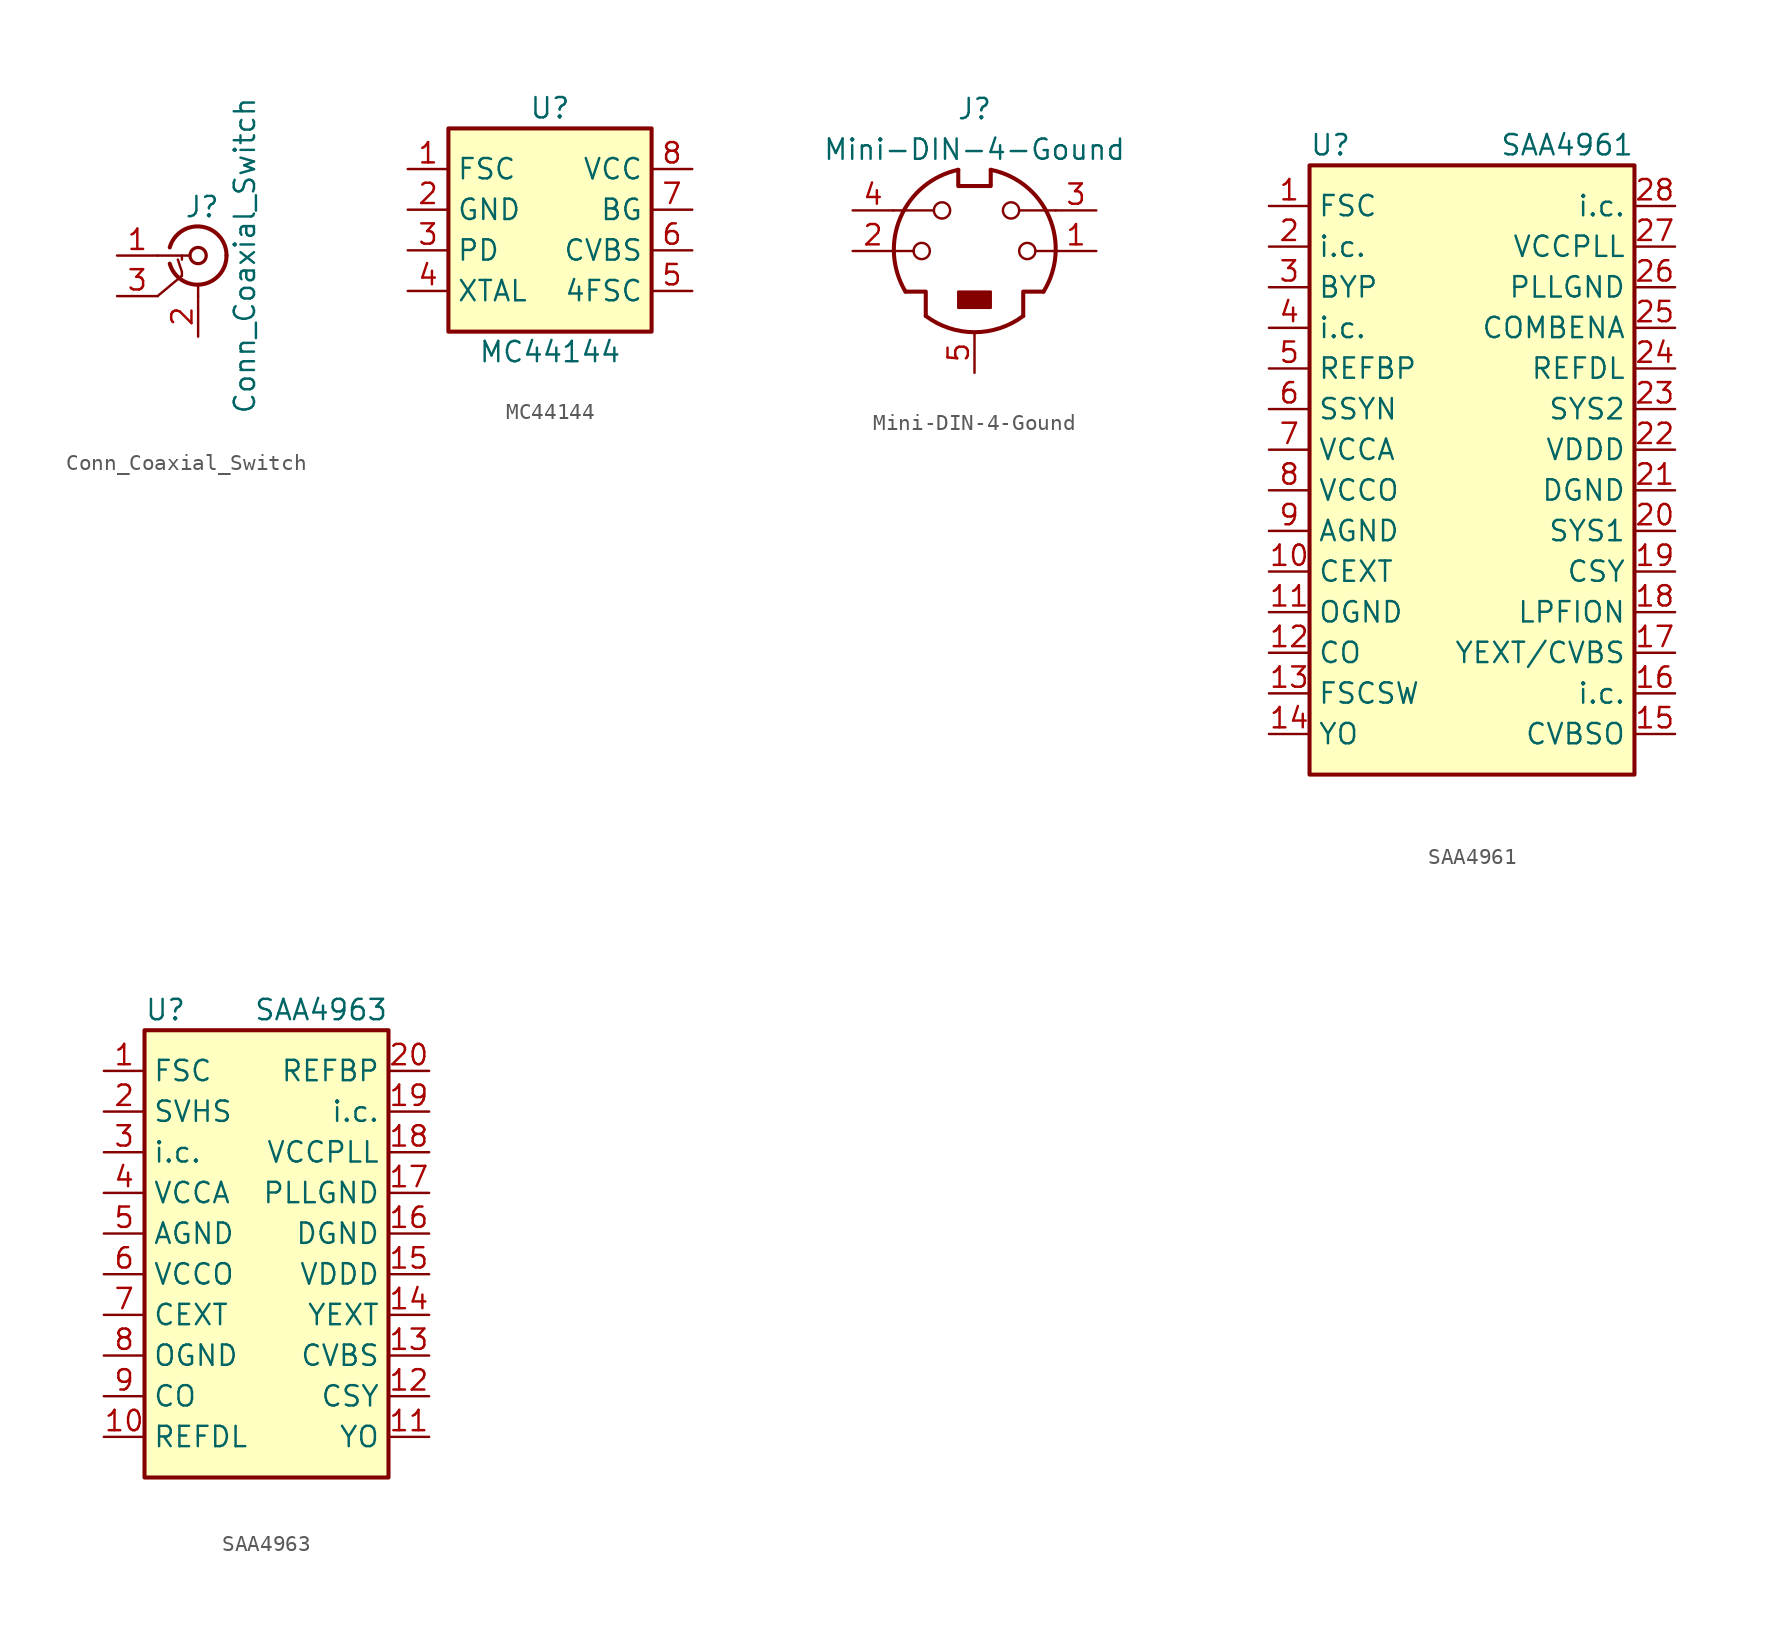
<source format=kicad_sym>
(kicad_symbol_lib
  (version 20220914)
  (generator kicad_symbol_editor)
  (symbol "Conn_Coaxial_Switch"
    (pin_names
      (offset 1.016) hide)
    (property "Reference" "J"
      (at 0.254 3.048 0)
      (effects (font (size 1.27 1.27))))
    (property "Value" "Conn_Coaxial_Switch"
      (at 2.921 0 90)
      (effects (font (size 1.27 1.27))))
    (symbol "Conn_Coaxial_Switch_0_1"
      (arc (start -1.778 -0.508) (mid 0.2311 -1.8066) (end 1.778 0) (stroke (width 0.254) (type default)) (fill (type none)))
      (polyline (pts (xy -2.54 -2.54) (xy -1.016 -1.27)) (stroke (width 0) (type default)) (fill (type none)))
      (polyline (pts (xy -2.54 0) (xy -0.508 0)) (stroke (width 0) (type default)) (fill (type none)))
      (polyline (pts (xy -1.016 0) (xy -1.016 -0.254)) (stroke (width 0) (type default)) (fill (type none)))
      (polyline (pts (xy 0 -2.54) (xy 0 -1.778)) (stroke (width 0) (type default)) (fill (type none)))
      (polyline (pts (xy -1.016 -1.27) (xy -1.016 -1.016) (xy -1.27 -0.254)) (stroke (width 0) (type default)) (fill (type none)))
      (circle (center 0 0) (radius 0.508) (stroke (width 0.203) (type default)) (fill (type none)))
      (arc (start 1.778 0) (mid 0.2099 1.8101) (end -1.778 0.508) (stroke (width 0.254) (type default)) (fill (type none))))
    (symbol "Conn_Coaxial_Switch_1_1"
      (pin passive line (at -5.08 0 0) (length 2.54) (name "In" (effects (font (size 1.27 1.27)))) (number "1" (effects (font (size 1.27 1.27)))))
      (pin passive line (at 0 -5.08 90) (length 2.54) (name "Ext" (effects (font (size 1.27 1.27)))) (number "2" (effects (font (size 1.27 1.27)))))
      (pin passive line (at -5.08 -2.54 0) (length 2.54) (name "Sw" (effects (font (size 1.27 1.27)))) (number "3" (effects (font (size 1.27 1.27)))))))
  (symbol "MC44144"
    (property "Reference" "U"
      (at 1.27 8.89 0)
      (do_not_autoplace)
      (effects (font (size 1.27 1.27))))
    (property "Value" "MC44144"
      (at 1.27 -6.35 0)
      (do_not_autoplace)
      (effects (font (size 1.27 1.27))))
    (symbol "MC44144_1_1"
      (rectangle (start -5.08 7.62) (end 7.62 -5.08) (stroke (width 0.254) (type default)) (fill (type background)))
      (pin output line (at -7.62 5.08 0) (length 2.54) (name "FSC" (effects (font (size 1.27 1.27)))) (number "1" (effects (font (size 1.27 1.27)))))
      (pin power_in line (at -7.62 2.54 0) (length 2.54) (name "GND" (effects (font (size 1.27 1.27)))) (number "2" (effects (font (size 1.27 1.27)))))
      (pin output line (at -7.62 0 0) (length 2.54) (name "PD" (effects (font (size 1.27 1.27)))) (number "3" (effects (font (size 1.27 1.27)))))
      (pin passive line (at -7.62 -2.54 0) (length 2.54) (name "XTAL" (effects (font (size 1.27 1.27)))) (number "4" (effects (font (size 1.27 1.27)))))
      (pin output line (at 10.16 -2.54 180) (length 2.54) (name "4FSC" (effects (font (size 1.27 1.27)))) (number "5" (effects (font (size 1.27 1.27)))))
      (pin input line (at 10.16 0 180) (length 2.54) (name "CVBS" (effects (font (size 1.27 1.27)))) (number "6" (effects (font (size 1.27 1.27)))))
      (pin input line (at 10.16 2.54 180) (length 2.54) (name "BG" (effects (font (size 1.27 1.27)))) (number "7" (effects (font (size 1.27 1.27)))))
      (pin power_in line (at 10.16 5.08 180) (length 2.54) (name "VCC" (effects (font (size 1.27 1.27)))) (number "8" (effects (font (size 1.27 1.27)))))))
  (symbol "Mini-DIN-4-Gound"
    (pin_names
      (offset 1.016))
    (property "Reference" "J"
      (at 0 8.89 0)
      (effects (font (size 1.27 1.27))))
    (property "Value" "Mini-DIN-4-Gound"
      (at 0 6.35 0)
      (effects (font (size 1.27 1.27))))
    (symbol "Mini-DIN-4-Gound_0_1"
      (circle (center -3.302 0) (radius 0.508) (stroke (width 0) (type default)) (fill (type none)))
      (arc (start -3.048 -4.064) (mid 0 -5.08) (end 3.048 -4.064) (stroke (width 0.254) (type default)) (fill (type none)))
      (circle (center -2.032 2.54) (radius 0.508) (stroke (width 0) (type default)) (fill (type none)))
      (rectangle (start -1.016 -2.54) (end 1.016 -3.556) (stroke (width 0) (type default)) (fill (type outline)))
      (arc (start -1.016 5.08) (mid -4.6228 2.1214) (end -4.318 -2.54) (stroke (width 0.254) (type default)) (fill (type none)))
      (polyline (pts (xy -3.81 0) (xy -5.08 0)) (stroke (width 0) (type default)) (fill (type none)))
      (polyline (pts (xy -2.54 2.54) (xy -5.08 2.54)) (stroke (width 0) (type default)) (fill (type none)))
      (polyline (pts (xy 2.794 2.54) (xy 5.08 2.54)) (stroke (width 0) (type default)) (fill (type none)))
      (polyline (pts (xy 5.08 0) (xy 3.81 0)) (stroke (width 0) (type default)) (fill (type none)))
      (polyline (pts (xy -4.318 -2.54) (xy -3.048 -2.54) (xy -3.048 -4.064)) (stroke (width 0.254) (type default)) (fill (type none)))
      (polyline (pts (xy 4.318 -2.54) (xy 3.048 -2.54) (xy 3.048 -4.064)) (stroke (width 0.254) (type default)) (fill (type none)))
      (polyline (pts (xy -1.016 5.08) (xy -1.016 4.064) (xy 1.016 4.064) (xy 1.016 5.08)) (stroke (width 0.254) (type default)) (fill (type none)))
      (circle (center 2.286 2.54) (radius 0.508) (stroke (width 0) (type default)) (fill (type none)))
      (circle (center 3.302 0) (radius 0.508) (stroke (width 0) (type default)) (fill (type none)))
      (arc (start 4.318 -2.54) (mid 4.6661 2.1322) (end 1.016 5.08) (stroke (width 0.254) (type default)) (fill (type none))))
    (symbol "Mini-DIN-4-Gound_1_1"
      (pin passive line (at 7.62 0 180) (length 2.54) (name "~" (effects (font (size 1.27 1.27)))) (number "1" (effects (font (size 1.27 1.27)))))
      (pin passive line (at -7.62 0 0) (length 2.54) (name "~" (effects (font (size 1.27 1.27)))) (number "2" (effects (font (size 1.27 1.27)))))
      (pin passive line (at 7.62 2.54 180) (length 2.54) (name "~" (effects (font (size 1.27 1.27)))) (number "3" (effects (font (size 1.27 1.27)))))
      (pin passive line (at -7.62 2.54 0) (length 2.54) (name "~" (effects (font (size 1.27 1.27)))) (number "4" (effects (font (size 1.27 1.27)))))
      (pin passive line (at 0 -7.62 90) (length 2.54) (name "~" (effects (font (size 1.27 1.27)))) (number "5" (effects (font (size 1.27 1.27)))))))
  (symbol "SAA4961"
    (property "Reference" "U"
      (at -10.16 21.59 0)
      (do_not_autoplace)
      (effects (font (size 1.27 1.27)) (justify left)))
    (property "Value" "SAA4961"
      (at 10.16 21.59 0)
      (do_not_autoplace)
      (effects (font (size 1.27 1.27)) (justify right)))
    (symbol "SAA4961_1_1"
      (rectangle (start -10.16 20.32) (end 10.16 -17.78) (stroke (width 0.254) (type default)) (fill (type background)))
      (pin input line (at -12.7 17.78 0) (length 2.54) (name "FSC" (effects (font (size 1.27 1.27)))) (number "1" (effects (font (size 1.27 1.27)))))
      (pin input line (at -12.7 -5.08 0) (length 2.54) (name "CEXT" (effects (font (size 1.27 1.27)))) (number "10" (effects (font (size 1.27 1.27)))))
      (pin power_in line (at -12.7 -7.62 0) (length 2.54) (name "OGND" (effects (font (size 1.27 1.27)))) (number "11" (effects (font (size 1.27 1.27)))))
      (pin output line (at -12.7 -10.16 0) (length 2.54) (name "CO" (effects (font (size 1.27 1.27)))) (number "12" (effects (font (size 1.27 1.27)))))
      (pin input line (at -12.7 -12.7 0) (length 2.54) (name "FSCSW" (effects (font (size 1.27 1.27)))) (number "13" (effects (font (size 1.27 1.27)))))
      (pin output line (at -12.7 -15.24 0) (length 2.54) (name "YO" (effects (font (size 1.27 1.27)))) (number "14" (effects (font (size 1.27 1.27)))))
      (pin output line (at 12.7 -15.24 180) (length 2.54) (name "CVBSO" (effects (font (size 1.27 1.27)))) (number "15" (effects (font (size 1.27 1.27)))))
      (pin passive line (at 12.7 -12.7 180) (length 2.54) (name "i.c." (effects (font (size 1.27 1.27)))) (number "16" (effects (font (size 1.27 1.27)))))
      (pin input line (at 12.7 -10.16 180) (length 2.54) (name "YEXT/CVBS" (effects (font (size 1.27 1.27)))) (number "17" (effects (font (size 1.27 1.27)))))
      (pin input line (at 12.7 -7.62 180) (length 2.54) (name "LPFION" (effects (font (size 1.27 1.27)))) (number "18" (effects (font (size 1.27 1.27)))))
      (pin passive line (at 12.7 -5.08 180) (length 2.54) (name "CSY" (effects (font (size 1.27 1.27)))) (number "19" (effects (font (size 1.27 1.27)))))
      (pin passive line (at -12.7 15.24 0) (length 2.54) (name "i.c." (effects (font (size 1.27 1.27)))) (number "2" (effects (font (size 1.27 1.27)))))
      (pin input line (at 12.7 -2.54 180) (length 2.54) (name "SYS1" (effects (font (size 1.27 1.27)))) (number "20" (effects (font (size 1.27 1.27)))))
      (pin power_in line (at 12.7 0 180) (length 2.54) (name "DGND" (effects (font (size 1.27 1.27)))) (number "21" (effects (font (size 1.27 1.27)))))
      (pin power_in line (at 12.7 2.54 180) (length 2.54) (name "VDDD" (effects (font (size 1.27 1.27)))) (number "22" (effects (font (size 1.27 1.27)))))
      (pin input line (at 12.7 5.08 180) (length 2.54) (name "SYS2" (effects (font (size 1.27 1.27)))) (number "23" (effects (font (size 1.27 1.27)))))
      (pin passive line (at 12.7 7.62 180) (length 2.54) (name "REFDL" (effects (font (size 1.27 1.27)))) (number "24" (effects (font (size 1.27 1.27)))))
      (pin output line (at 12.7 10.16 180) (length 2.54) (name "COMBENA" (effects (font (size 1.27 1.27)))) (number "25" (effects (font (size 1.27 1.27)))))
      (pin power_in line (at 12.7 12.7 180) (length 2.54) (name "PLLGND" (effects (font (size 1.27 1.27)))) (number "26" (effects (font (size 1.27 1.27)))))
      (pin power_in line (at 12.7 15.24 180) (length 2.54) (name "VCCPLL" (effects (font (size 1.27 1.27)))) (number "27" (effects (font (size 1.27 1.27)))))
      (pin passive line (at 12.7 17.78 180) (length 2.54) (name "i.c." (effects (font (size 1.27 1.27)))) (number "28" (effects (font (size 1.27 1.27)))))
      (pin input line (at -12.7 12.7 0) (length 2.54) (name "BYP" (effects (font (size 1.27 1.27)))) (number "3" (effects (font (size 1.27 1.27)))))
      (pin passive line (at -12.7 10.16 0) (length 2.54) (name "i.c." (effects (font (size 1.27 1.27)))) (number "4" (effects (font (size 1.27 1.27)))))
      (pin passive line (at -12.7 7.62 0) (length 2.54) (name "REFBP" (effects (font (size 1.27 1.27)))) (number "5" (effects (font (size 1.27 1.27)))))
      (pin input line (at -12.7 5.08 0) (length 2.54) (name "SSYN" (effects (font (size 1.27 1.27)))) (number "6" (effects (font (size 1.27 1.27)))))
      (pin power_in line (at -12.7 2.54 0) (length 2.54) (name "VCCA" (effects (font (size 1.27 1.27)))) (number "7" (effects (font (size 1.27 1.27)))))
      (pin power_in line (at -12.7 0 0) (length 2.54) (name "VCCO" (effects (font (size 1.27 1.27)))) (number "8" (effects (font (size 1.27 1.27)))))
      (pin power_in line (at -12.7 -2.54 0) (length 2.54) (name "AGND" (effects (font (size 1.27 1.27)))) (number "9" (effects (font (size 1.27 1.27)))))))
  (symbol "SAA4963"
    (property "Reference" "U"
      (at -7.62 16.51 0)
      (do_not_autoplace)
      (effects (font (size 1.27 1.27)) (justify left)))
    (property "Value" "SAA4963"
      (at 7.62 16.51 0)
      (do_not_autoplace)
      (effects (font (size 1.27 1.27)) (justify right)))
    (symbol "SAA4963_1_1"
      (rectangle (start -7.62 15.24) (end 7.62 -12.7) (stroke (width 0.254) (type default)) (fill (type background)))
      (pin input line (at -10.16 12.7 0) (length 2.54) (name "FSC" (effects (font (size 1.27 1.27)))) (number "1" (effects (font (size 1.27 1.27)))))
      (pin passive line (at -10.16 -10.16 0) (length 2.54) (name "REFDL" (effects (font (size 1.27 1.27)))) (number "10" (effects (font (size 1.27 1.27)))))
      (pin output line (at 10.16 -10.16 180) (length 2.54) (name "YO" (effects (font (size 1.27 1.27)))) (number "11" (effects (font (size 1.27 1.27)))))
      (pin passive line (at 10.16 -7.62 180) (length 2.54) (name "CSY" (effects (font (size 1.27 1.27)))) (number "12" (effects (font (size 1.27 1.27)))))
      (pin input line (at 10.16 -5.08 180) (length 2.54) (name "CVBS" (effects (font (size 1.27 1.27)))) (number "13" (effects (font (size 1.27 1.27)))))
      (pin input line (at 10.16 -2.54 180) (length 2.54) (name "YEXT" (effects (font (size 1.27 1.27)))) (number "14" (effects (font (size 1.27 1.27)))))
      (pin power_in line (at 10.16 0 180) (length 2.54) (name "VDDD" (effects (font (size 1.27 1.27)))) (number "15" (effects (font (size 1.27 1.27)))))
      (pin power_in line (at 10.16 2.54 180) (length 2.54) (name "DGND" (effects (font (size 1.27 1.27)))) (number "16" (effects (font (size 1.27 1.27)))))
      (pin power_in line (at 10.16 5.08 180) (length 2.54) (name "PLLGND" (effects (font (size 1.27 1.27)))) (number "17" (effects (font (size 1.27 1.27)))))
      (pin power_in line (at 10.16 7.62 180) (length 2.54) (name "VCCPLL" (effects (font (size 1.27 1.27)))) (number "18" (effects (font (size 1.27 1.27)))))
      (pin passive line (at 10.16 10.16 180) (length 2.54) (name "i.c." (effects (font (size 1.27 1.27)))) (number "19" (effects (font (size 1.27 1.27)))))
      (pin input line (at -10.16 10.16 0) (length 2.54) (name "SVHS" (effects (font (size 1.27 1.27)))) (number "2" (effects (font (size 1.27 1.27)))))
      (pin passive line (at 10.16 12.7 180) (length 2.54) (name "REFBP" (effects (font (size 1.27 1.27)))) (number "20" (effects (font (size 1.27 1.27)))))
      (pin passive line (at -10.16 7.62 0) (length 2.54) (name "i.c." (effects (font (size 1.27 1.27)))) (number "3" (effects (font (size 1.27 1.27)))))
      (pin power_in line (at -10.16 5.08 0) (length 2.54) (name "VCCA" (effects (font (size 1.27 1.27)))) (number "4" (effects (font (size 1.27 1.27)))))
      (pin power_in line (at -10.16 2.54 0) (length 2.54) (name "AGND" (effects (font (size 1.27 1.27)))) (number "5" (effects (font (size 1.27 1.27)))))
      (pin power_in line (at -10.16 0 0) (length 2.54) (name "VCCO" (effects (font (size 1.27 1.27)))) (number "6" (effects (font (size 1.27 1.27)))))
      (pin input line (at -10.16 -2.54 0) (length 2.54) (name "CEXT" (effects (font (size 1.27 1.27)))) (number "7" (effects (font (size 1.27 1.27)))))
      (pin power_in line (at -10.16 -5.08 0) (length 2.54) (name "OGND" (effects (font (size 1.27 1.27)))) (number "8" (effects (font (size 1.27 1.27)))))
      (pin output line (at -10.16 -7.62 0) (length 2.54) (name "CO" (effects (font (size 1.27 1.27)))) (number "9" (effects (font (size 1.27 1.27))))))))
</source>
